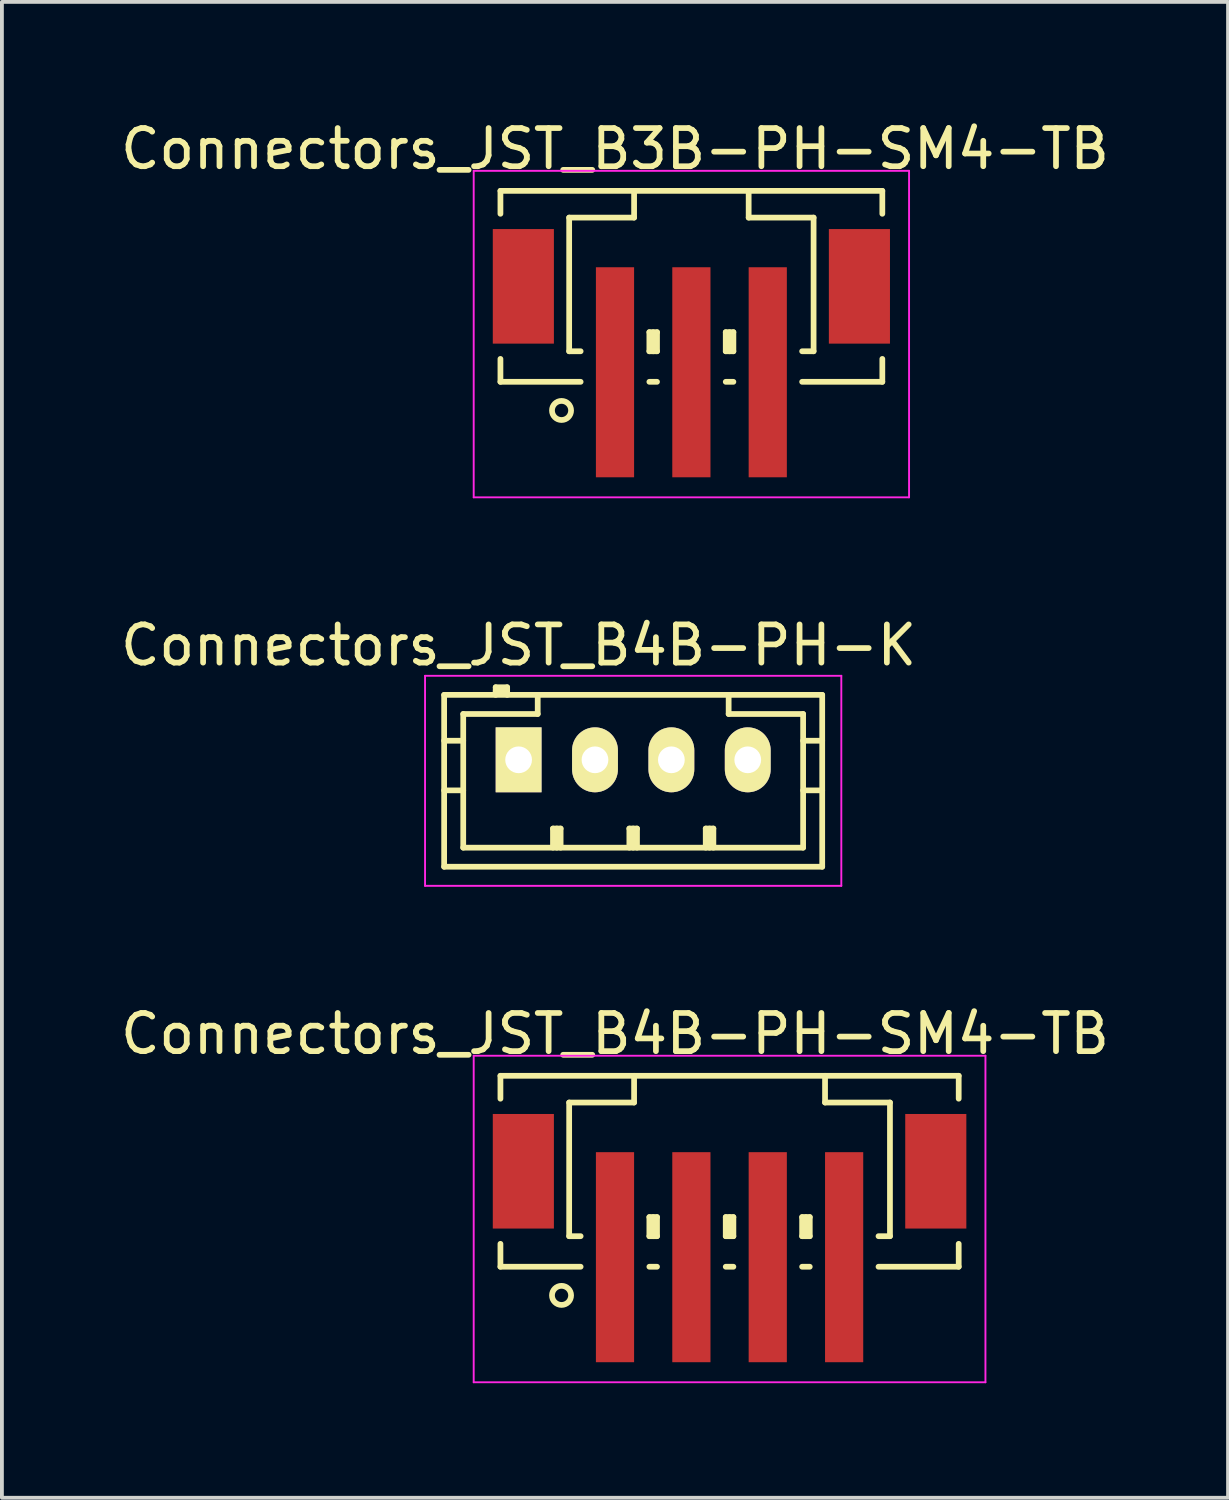
<source format=kicad_pcb>
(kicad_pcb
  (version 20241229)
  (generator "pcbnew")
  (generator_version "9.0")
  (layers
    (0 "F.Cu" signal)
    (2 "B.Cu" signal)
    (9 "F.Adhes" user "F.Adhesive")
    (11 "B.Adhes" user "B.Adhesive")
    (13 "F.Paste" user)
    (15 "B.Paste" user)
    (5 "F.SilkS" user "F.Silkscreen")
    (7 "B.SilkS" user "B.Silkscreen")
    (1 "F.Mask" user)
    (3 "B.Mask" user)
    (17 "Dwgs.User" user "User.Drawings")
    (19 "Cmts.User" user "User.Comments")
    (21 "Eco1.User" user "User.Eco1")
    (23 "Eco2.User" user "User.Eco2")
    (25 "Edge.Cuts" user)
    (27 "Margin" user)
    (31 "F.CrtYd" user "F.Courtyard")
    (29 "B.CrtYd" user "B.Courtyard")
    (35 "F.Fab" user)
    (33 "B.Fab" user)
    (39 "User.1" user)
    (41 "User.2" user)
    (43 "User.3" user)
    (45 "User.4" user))
  (footprint "Connectors_JST_B4B-PH-K"
    (layer "F.Cu")
    (at 10.53 16.846)
    (property "Reference" "Connectors_JST_B4B-PH-K" (at 0 -3 0) (layer "F.SilkS") (effects (font (size 1 1) (thickness 0.15))))
    (attr through_hole)
    (fp_line (start -1.95 -1.7) (end 7.95 -1.7) (stroke (width 0.15) (type solid)) (layer "F.SilkS"))
    (fp_line (start -1.95 -0.5) (end -1.45 -0.5) (stroke (width 0.15) (type solid)) (layer "F.SilkS"))
    (fp_line (start -1.95 0.8) (end -1.45 0.8) (stroke (width 0.15) (type solid)) (layer "F.SilkS"))
    (fp_line (start -1.95 2.8) (end -1.95 -1.7) (stroke (width 0.15) (type solid)) (layer "F.SilkS"))
    (fp_line (start -1.45 -1.2) (end -1.45 2.3) (stroke (width 0.15) (type solid)) (layer "F.SilkS"))
    (fp_line (start -1.45 2.3) (end 7.45 2.3) (stroke (width 0.15) (type solid)) (layer "F.SilkS"))
    (fp_line (start -0.6 -1.9) (end -0.6 -1.7) (stroke (width 0.15) (type solid)) (layer "F.SilkS"))
    (fp_line (start -0.3 -1.9) (end -0.6 -1.9) (stroke (width 0.15) (type solid)) (layer "F.SilkS"))
    (fp_line (start -0.3 -1.8) (end -0.6 -1.8) (stroke (width 0.15) (type solid)) (layer "F.SilkS"))
    (fp_line (start -0.3 -1.7) (end -0.3 -1.9) (stroke (width 0.15) (type solid)) (layer "F.SilkS"))
    (fp_line (start 0.5 -1.7) (end 0.5 -1.2) (stroke (width 0.15) (type solid)) (layer "F.SilkS"))
    (fp_line (start 0.5 -1.2) (end -1.45 -1.2) (stroke (width 0.15) (type solid)) (layer "F.SilkS"))
    (fp_line (start 0.9 1.8) (end 1.1 1.8) (stroke (width 0.15) (type solid)) (layer "F.SilkS"))
    (fp_line (start 0.9 2.3) (end 0.9 1.8) (stroke (width 0.15) (type solid)) (layer "F.SilkS"))
    (fp_line (start 1 2.3) (end 1 1.8) (stroke (width 0.15) (type solid)) (layer "F.SilkS"))
    (fp_line (start 1.1 1.8) (end 1.1 2.3) (stroke (width 0.15) (type solid)) (layer "F.SilkS"))
    (fp_line (start 2.9 1.8) (end 3.1 1.8) (stroke (width 0.15) (type solid)) (layer "F.SilkS"))
    (fp_line (start 2.9 2.3) (end 2.9 1.8) (stroke (width 0.15) (type solid)) (layer "F.SilkS"))
    (fp_line (start 3 2.3) (end 3 1.8) (stroke (width 0.15) (type solid)) (layer "F.SilkS"))
    (fp_line (start 3.1 1.8) (end 3.1 2.3) (stroke (width 0.15) (type solid)) (layer "F.SilkS"))
    (fp_line (start 4.9 1.8) (end 5.1 1.8) (stroke (width 0.15) (type solid)) (layer "F.SilkS"))
    (fp_line (start 4.9 2.3) (end 4.9 1.8) (stroke (width 0.15) (type solid)) (layer "F.SilkS"))
    (fp_line (start 5 2.3) (end 5 1.8) (stroke (width 0.15) (type solid)) (layer "F.SilkS"))
    (fp_line (start 5.1 1.8) (end 5.1 2.3) (stroke (width 0.15) (type solid)) (layer "F.SilkS"))
    (fp_line (start 5.5 -1.2) (end 5.5 -1.7) (stroke (width 0.15) (type solid)) (layer "F.SilkS"))
    (fp_line (start 7.45 -1.2) (end 5.5 -1.2) (stroke (width 0.15) (type solid)) (layer "F.SilkS"))
    (fp_line (start 7.45 -0.5) (end 7.95 -0.5) (stroke (width 0.15) (type solid)) (layer "F.SilkS"))
    (fp_line (start 7.45 0.8) (end 7.95 0.8) (stroke (width 0.15) (type solid)) (layer "F.SilkS"))
    (fp_line (start 7.45 2.3) (end 7.45 -1.2) (stroke (width 0.15) (type solid)) (layer "F.SilkS"))
    (fp_line (start 7.95 -1.7) (end 7.95 2.8) (stroke (width 0.15) (type solid)) (layer "F.SilkS"))
    (fp_line (start 7.95 2.8) (end -1.95 2.8) (stroke (width 0.15) (type solid)) (layer "F.SilkS"))
    (fp_line (start -2.45 -2.2) (end 8.45 -2.2) (stroke (width 0.05) (type solid)) (layer "F.CrtYd"))
    (fp_line (start -2.45 3.3) (end -2.45 -2.2) (stroke (width 0.05) (type solid)) (layer "F.CrtYd"))
    (fp_line (start 8.45 -2.2) (end 8.45 3.3) (stroke (width 0.05) (type solid)) (layer "F.CrtYd"))
    (fp_line (start 8.45 3.3) (end -2.45 3.3) (stroke (width 0.05) (type solid)) (layer "F.CrtYd"))
    (pad "1" thru_hole rect (at 0 0) (size 1.2 1.7) (drill 0.7) (layers "*.Cu" "*.Mask" "F.SilkS"))
    (pad "2" thru_hole oval (at 2 0) (size 1.2 1.7) (drill 0.7) (layers "*.Cu" "*.Mask" "F.SilkS"))
    (pad "3" thru_hole oval (at 4 0) (size 1.2 1.7) (drill 0.7) (layers "*.Cu" "*.Mask" "F.SilkS"))
    (pad "4" thru_hole oval (at 6 0) (size 1.2 1.7) (drill 0.7) (layers "*.Cu" "*.Mask" "F.SilkS")))
  (footprint "Connectors_JST_B3B-PH-SM4-TB"
    (layer "F.Cu")
    (at 15.054 5.573)
    (property "Reference" "Connectors_JST_B3B-PH-SM4-TB" (at -2 -4.725 0) (layer "F.SilkS") (effects (font (size 1 1) (thickness 0.15))))
    (attr smd)
    (fp_line (start -5 -3.625) (end 5 -3.625) (stroke (width 0.15) (type solid)) (layer "F.SilkS"))
    (fp_line (start -5 -3.025) (end -5 -3.625) (stroke (width 0.15) (type solid)) (layer "F.SilkS"))
    (fp_line (start -5 0.775) (end -5 1.375) (stroke (width 0.15) (type solid)) (layer "F.SilkS"))
    (fp_line (start -5 1.375) (end -2.9 1.375) (stroke (width 0.15) (type solid)) (layer "F.SilkS"))
    (fp_line (start -3.2 -2.925) (end -3.2 0.575) (stroke (width 0.15) (type solid)) (layer "F.SilkS"))
    (fp_line (start -3.2 0.575) (end -2.9 0.575) (stroke (width 0.15) (type solid)) (layer "F.SilkS"))
    (fp_line (start -1.5 -3.625) (end -1.5 -2.925) (stroke (width 0.15) (type solid)) (layer "F.SilkS"))
    (fp_line (start -1.5 -2.925) (end -3.2 -2.925) (stroke (width 0.15) (type solid)) (layer "F.SilkS"))
    (fp_line (start -1.1 0.075) (end -0.9 0.075) (stroke (width 0.15) (type solid)) (layer "F.SilkS"))
    (fp_line (start -1.1 0.575) (end -1.1 0.075) (stroke (width 0.15) (type solid)) (layer "F.SilkS"))
    (fp_line (start -1.1 0.575) (end -0.9 0.575) (stroke (width 0.15) (type solid)) (layer "F.SilkS"))
    (fp_line (start -1.1 1.375) (end -0.9 1.375) (stroke (width 0.15) (type solid)) (layer "F.SilkS"))
    (fp_line (start -1 0.575) (end -1 0.075) (stroke (width 0.15) (type solid)) (layer "F.SilkS"))
    (fp_line (start -0.9 0.075) (end -0.9 0.575) (stroke (width 0.15) (type solid)) (layer "F.SilkS"))
    (fp_line (start 0.9 0.075) (end 1.1 0.075) (stroke (width 0.15) (type solid)) (layer "F.SilkS"))
    (fp_line (start 0.9 0.575) (end 0.9 0.075) (stroke (width 0.15) (type solid)) (layer "F.SilkS"))
    (fp_line (start 0.9 0.575) (end 1.1 0.575) (stroke (width 0.15) (type solid)) (layer "F.SilkS"))
    (fp_line (start 0.9 1.375) (end 1.1 1.375) (stroke (width 0.15) (type solid)) (layer "F.SilkS"))
    (fp_line (start 1 0.575) (end 1 0.075) (stroke (width 0.15) (type solid)) (layer "F.SilkS"))
    (fp_line (start 1.1 0.075) (end 1.1 0.575) (stroke (width 0.15) (type solid)) (layer "F.SilkS"))
    (fp_line (start 1.5 -3.625) (end 1.5 -2.925) (stroke (width 0.15) (type solid)) (layer "F.SilkS"))
    (fp_line (start 1.5 -2.925) (end 3.2 -2.925) (stroke (width 0.15) (type solid)) (layer "F.SilkS"))
    (fp_line (start 3.2 -2.925) (end 3.2 0.575) (stroke (width 0.15) (type solid)) (layer "F.SilkS"))
    (fp_line (start 3.2 0.575) (end 2.9 0.575) (stroke (width 0.15) (type solid)) (layer "F.SilkS"))
    (fp_line (start 5 -3.625) (end 5 -3.025) (stroke (width 0.15) (type solid)) (layer "F.SilkS"))
    (fp_line (start 5 0.775) (end 5 1.375) (stroke (width 0.15) (type solid)) (layer "F.SilkS"))
    (fp_line (start 5 1.375) (end 2.9 1.375) (stroke (width 0.15) (type solid)) (layer "F.SilkS"))
    (fp_circle (center -3.4 2.125) (end -3.15 2.125) (stroke (width 0.15) (type solid)) (fill no) (layer "F.SilkS"))
    (fp_line (start -5.7 -4.15) (end 5.7 -4.15) (stroke (width 0.05) (type solid)) (layer "F.CrtYd"))
    (fp_line (start -5.7 4.4) (end -5.7 -4.15) (stroke (width 0.05) (type solid)) (layer "F.CrtYd"))
    (fp_line (start 5.7 -4.15) (end 5.7 4.4) (stroke (width 0.05) (type solid)) (layer "F.CrtYd"))
    (fp_line (start 5.7 4.4) (end -5.7 4.4) (stroke (width 0.05) (type solid)) (layer "F.CrtYd"))
    (pad "" smd rect (at -4.4 -1.125) (size 1.6 3) (layers "F.Cu" "F.Mask" "F.Paste"))
    (pad "" smd rect (at 4.4 -1.125) (size 1.6 3) (layers "F.Cu" "F.Mask" "F.Paste"))
    (pad "1" smd rect (at -2 1.125) (size 1 5.5) (layers "F.Cu" "F.Mask" "F.Paste"))
    (pad "2" smd rect (at 0 1.125) (size 1 5.5) (layers "F.Cu" "F.Mask" "F.Paste"))
    (pad "3" smd rect (at 2 1.125) (size 1 5.5) (layers "F.Cu" "F.Mask" "F.Paste")))
  (footprint "Connectors_JST_B4B-PH-SM4-TB"
    (layer "F.Cu")
    (at 16.054 28.745)
    (property "Reference" "Connectors_JST_B4B-PH-SM4-TB" (at -3 -4.725 0) (layer "F.SilkS") (effects (font (size 1 1) (thickness 0.15))))
    (attr smd)
    (fp_line (start -6 -3.625) (end 6 -3.625) (stroke (width 0.15) (type solid)) (layer "F.SilkS"))
    (fp_line (start -6 -3.025) (end -6 -3.625) (stroke (width 0.15) (type solid)) (layer "F.SilkS"))
    (fp_line (start -6 0.775) (end -6 1.375) (stroke (width 0.15) (type solid)) (layer "F.SilkS"))
    (fp_line (start -6 1.375) (end -3.9 1.375) (stroke (width 0.15) (type solid)) (layer "F.SilkS"))
    (fp_line (start -4.2 -2.925) (end -4.2 0.575) (stroke (width 0.15) (type solid)) (layer "F.SilkS"))
    (fp_line (start -4.2 0.575) (end -3.9 0.575) (stroke (width 0.15) (type solid)) (layer "F.SilkS"))
    (fp_line (start -2.5 -3.625) (end -2.5 -2.925) (stroke (width 0.15) (type solid)) (layer "F.SilkS"))
    (fp_line (start -2.5 -2.925) (end -4.2 -2.925) (stroke (width 0.15) (type solid)) (layer "F.SilkS"))
    (fp_line (start -2.1 0.075) (end -1.9 0.075) (stroke (width 0.15) (type solid)) (layer "F.SilkS"))
    (fp_line (start -2.1 0.575) (end -2.1 0.075) (stroke (width 0.15) (type solid)) (layer "F.SilkS"))
    (fp_line (start -2.1 0.575) (end -1.9 0.575) (stroke (width 0.15) (type solid)) (layer "F.SilkS"))
    (fp_line (start -2.1 1.375) (end -1.9 1.375) (stroke (width 0.15) (type solid)) (layer "F.SilkS"))
    (fp_line (start -2 0.575) (end -2 0.075) (stroke (width 0.15) (type solid)) (layer "F.SilkS"))
    (fp_line (start -1.9 0.075) (end -1.9 0.575) (stroke (width 0.15) (type solid)) (layer "F.SilkS"))
    (fp_line (start -0.1 0.075) (end 0.1 0.075) (stroke (width 0.15) (type solid)) (layer "F.SilkS"))
    (fp_line (start -0.1 0.575) (end -0.1 0.075) (stroke (width 0.15) (type solid)) (layer "F.SilkS"))
    (fp_line (start -0.1 0.575) (end 0.1 0.575) (stroke (width 0.15) (type solid)) (layer "F.SilkS"))
    (fp_line (start -0.1 1.375) (end 0.1 1.375) (stroke (width 0.15) (type solid)) (layer "F.SilkS"))
    (fp_line (start 0 0.575) (end 0 0.075) (stroke (width 0.15) (type solid)) (layer "F.SilkS"))
    (fp_line (start 0.1 0.075) (end 0.1 0.575) (stroke (width 0.15) (type solid)) (layer "F.SilkS"))
    (fp_line (start 1.9 0.075) (end 2.1 0.075) (stroke (width 0.15) (type solid)) (layer "F.SilkS"))
    (fp_line (start 1.9 0.575) (end 1.9 0.075) (stroke (width 0.15) (type solid)) (layer "F.SilkS"))
    (fp_line (start 1.9 0.575) (end 2.1 0.575) (stroke (width 0.15) (type solid)) (layer "F.SilkS"))
    (fp_line (start 1.9 1.375) (end 2.1 1.375) (stroke (width 0.15) (type solid)) (layer "F.SilkS"))
    (fp_line (start 2 0.575) (end 2 0.075) (stroke (width 0.15) (type solid)) (layer "F.SilkS"))
    (fp_line (start 2.1 0.075) (end 2.1 0.575) (stroke (width 0.15) (type solid)) (layer "F.SilkS"))
    (fp_line (start 2.5 -3.625) (end 2.5 -2.925) (stroke (width 0.15) (type solid)) (layer "F.SilkS"))
    (fp_line (start 2.5 -2.925) (end 4.2 -2.925) (stroke (width 0.15) (type solid)) (layer "F.SilkS"))
    (fp_line (start 4.2 -2.925) (end 4.2 0.575) (stroke (width 0.15) (type solid)) (layer "F.SilkS"))
    (fp_line (start 4.2 0.575) (end 3.9 0.575) (stroke (width 0.15) (type solid)) (layer "F.SilkS"))
    (fp_line (start 6 -3.625) (end 6 -3.025) (stroke (width 0.15) (type solid)) (layer "F.SilkS"))
    (fp_line (start 6 0.775) (end 6 1.375) (stroke (width 0.15) (type solid)) (layer "F.SilkS"))
    (fp_line (start 6 1.375) (end 3.9 1.375) (stroke (width 0.15) (type solid)) (layer "F.SilkS"))
    (fp_circle (center -4.4 2.125) (end -4.15 2.125) (stroke (width 0.15) (type solid)) (fill no) (layer "F.SilkS"))
    (fp_line (start -6.7 -4.15) (end 6.7 -4.15) (stroke (width 0.05) (type solid)) (layer "F.CrtYd"))
    (fp_line (start -6.7 4.4) (end -6.7 -4.15) (stroke (width 0.05) (type solid)) (layer "F.CrtYd"))
    (fp_line (start 6.7 -4.15) (end 6.7 4.4) (stroke (width 0.05) (type solid)) (layer "F.CrtYd"))
    (fp_line (start 6.7 4.4) (end -6.7 4.4) (stroke (width 0.05) (type solid)) (layer "F.CrtYd"))
    (pad "" smd rect (at -5.4 -1.125) (size 1.6 3) (layers "F.Cu" "F.Mask" "F.Paste"))
    (pad "" smd rect (at 5.4 -1.125) (size 1.6 3) (layers "F.Cu" "F.Mask" "F.Paste"))
    (pad "1" smd rect (at -3 1.125) (size 1 5.5) (layers "F.Cu" "F.Mask" "F.Paste"))
    (pad "2" smd rect (at -1 1.125) (size 1 5.5) (layers "F.Cu" "F.Mask" "F.Paste"))
    (pad "3" smd rect (at 1 1.125) (size 1 5.5) (layers "F.Cu" "F.Mask" "F.Paste"))
    (pad "4" smd rect (at 3 1.125) (size 1 5.5) (layers "F.Cu" "F.Mask" "F.Paste")))
  (gr_rect
    (start -3 -3)
    (end 29.107 36.17)
    (stroke (width 0.1) (type default))
    (fill no)
    (layer "Edge.Cuts")))
</source>
